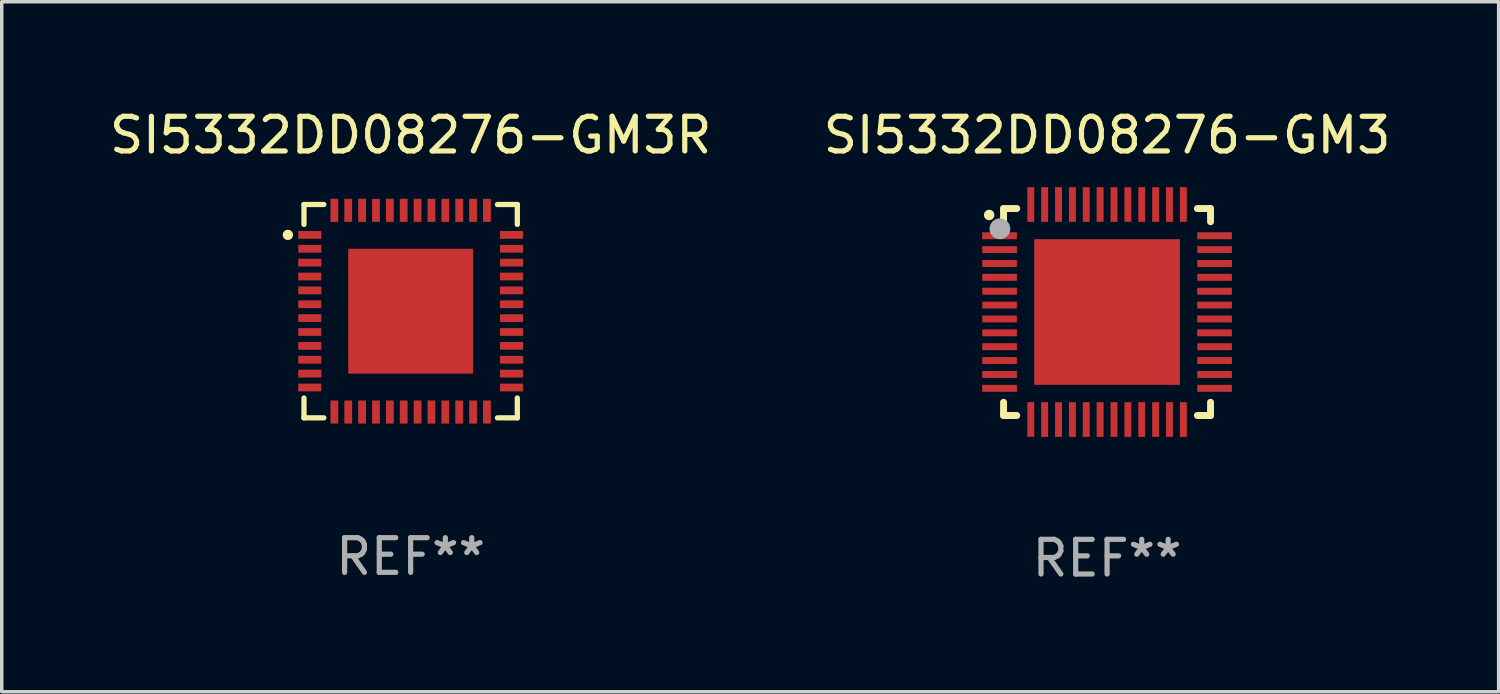
<source format=kicad_pcb>
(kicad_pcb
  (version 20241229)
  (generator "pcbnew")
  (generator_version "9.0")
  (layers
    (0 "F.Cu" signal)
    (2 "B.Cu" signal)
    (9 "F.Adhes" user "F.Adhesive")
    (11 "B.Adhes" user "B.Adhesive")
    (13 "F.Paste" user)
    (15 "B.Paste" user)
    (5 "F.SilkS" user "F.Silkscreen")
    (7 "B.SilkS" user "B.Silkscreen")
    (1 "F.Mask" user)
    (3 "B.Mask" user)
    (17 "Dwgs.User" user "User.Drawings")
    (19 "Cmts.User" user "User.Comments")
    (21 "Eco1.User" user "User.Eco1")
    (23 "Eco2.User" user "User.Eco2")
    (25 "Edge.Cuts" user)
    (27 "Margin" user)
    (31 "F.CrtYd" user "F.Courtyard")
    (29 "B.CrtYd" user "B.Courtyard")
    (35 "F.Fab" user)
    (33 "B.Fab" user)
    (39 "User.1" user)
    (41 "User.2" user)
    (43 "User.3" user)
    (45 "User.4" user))
  (footprint "SI5332DD08276-GM3"
    (layer "F.Cu")
    (at 28.875 5.948)
    (property "Reference" "SI5332DD08276-GM3" (at 0 -5.1 0) (layer "F.SilkS") (effects (font (size 1 1) (thickness 0.15))))
    (attr through_hole)
    (fp_line (start -2.985 -2.985) (end -2.604 -2.985) (stroke (width 0.2) (type solid)) (layer "F.SilkS"))
    (fp_line (start -2.985 -2.604) (end -2.985 -2.985) (stroke (width 0.2) (type solid)) (layer "F.SilkS"))
    (fp_line (start -2.985 2.984) (end -2.985 2.603) (stroke (width 0.2) (type solid)) (layer "F.SilkS"))
    (fp_line (start -2.604 2.984) (end -2.985 2.984) (stroke (width 0.2) (type solid)) (layer "F.SilkS"))
    (fp_line (start 2.603 -2.985) (end 2.984 -2.985) (stroke (width 0.2) (type solid)) (layer "F.SilkS"))
    (fp_line (start 2.984 -2.985) (end 2.984 -2.604) (stroke (width 0.2) (type solid)) (layer "F.SilkS"))
    (fp_line (start 2.984 2.603) (end 2.984 2.984) (stroke (width 0.2) (type solid)) (layer "F.SilkS"))
    (fp_line (start 2.984 2.984) (end 2.603 2.984) (stroke (width 0.2) (type solid)) (layer "F.SilkS"))
    (fp_arc (start -3.400076 -2.797562) (mid -3.400081 -2.798806) (end -3.400076 -2.800051) (stroke (width 0.3) (type solid)) (layer "F.SilkS"))
    (fp_circle (center -3 -3) (end -2.97 -3) (stroke (width 0.06) (type solid)) (fill no) (layer "F.SilkS"))
    (fp_circle (center -3.09 -2.4) (end -2.94 -2.4) (stroke (width 0.3) (type solid)) (fill no) (layer "F.Fab"))
    (fp_text user "REF**" (at 0 7.1 0) (layer "F.Fab") (effects (font (size 1 1) (thickness 0.15))))
    (pad "1" smd rect (at -3.1 -2.2) (size 1 0.2) (layers "F.Cu" "F.Mask" "F.Paste"))
    (pad "2" smd rect (at -3.1 -1.8) (size 1 0.2) (layers "F.Cu" "F.Mask" "F.Paste"))
    (pad "3" smd rect (at -3.1 -1.4) (size 1 0.2) (layers "F.Cu" "F.Mask" "F.Paste"))
    (pad "4" smd rect (at -3.1 -1) (size 1 0.2) (layers "F.Cu" "F.Mask" "F.Paste"))
    (pad "5" smd rect (at -3.1 -0.6) (size 1 0.2) (layers "F.Cu" "F.Mask" "F.Paste"))
    (pad "6" smd rect (at -3.1 -0.2) (size 1 0.2) (layers "F.Cu" "F.Mask" "F.Paste"))
    (pad "7" smd rect (at -3.1 0.2) (size 1 0.2) (layers "F.Cu" "F.Mask" "F.Paste"))
    (pad "8" smd rect (at -3.1 0.6) (size 1 0.2) (layers "F.Cu" "F.Mask" "F.Paste"))
    (pad "9" smd rect (at -3.1 1) (size 1 0.2) (layers "F.Cu" "F.Mask" "F.Paste"))
    (pad "10" smd rect (at -3.1 1.4) (size 1 0.2) (layers "F.Cu" "F.Mask" "F.Paste"))
    (pad "11" smd rect (at -3.1 1.8) (size 1 0.2) (layers "F.Cu" "F.Mask" "F.Paste"))
    (pad "12" smd rect (at -3.1 2.2) (size 1 0.2) (layers "F.Cu" "F.Mask" "F.Paste"))
    (pad "13" smd rect (at -2.2 3.1) (size 0.2 1) (layers "F.Cu" "F.Mask" "F.Paste"))
    (pad "14" smd rect (at -1.8 3.1) (size 0.2 1) (layers "F.Cu" "F.Mask" "F.Paste"))
    (pad "15" smd rect (at -1.4 3.1) (size 0.2 1) (layers "F.Cu" "F.Mask" "F.Paste"))
    (pad "16" smd rect (at -1 3.1) (size 0.2 1) (layers "F.Cu" "F.Mask" "F.Paste"))
    (pad "17" smd rect (at -0.6 3.1) (size 0.2 1) (layers "F.Cu" "F.Mask" "F.Paste"))
    (pad "18" smd rect (at -0.2 3.1) (size 0.2 1) (layers "F.Cu" "F.Mask" "F.Paste"))
    (pad "19" smd rect (at 0.2 3.1) (size 0.2 1) (layers "F.Cu" "F.Mask" "F.Paste"))
    (pad "20" smd rect (at 0.6 3.1) (size 0.2 1) (layers "F.Cu" "F.Mask" "F.Paste"))
    (pad "21" smd rect (at 1 3.1) (size 0.2 1) (layers "F.Cu" "F.Mask" "F.Paste"))
    (pad "22" smd rect (at 1.4 3.1) (size 0.2 1) (layers "F.Cu" "F.Mask" "F.Paste"))
    (pad "23" smd rect (at 1.8 3.1) (size 0.2 1) (layers "F.Cu" "F.Mask" "F.Paste"))
    (pad "24" smd rect (at 2.2 3.1) (size 0.2 1) (layers "F.Cu" "F.Mask" "F.Paste"))
    (pad "25" smd rect (at 3.1 2.2) (size 1 0.2) (layers "F.Cu" "F.Mask" "F.Paste"))
    (pad "26" smd rect (at 3.1 1.8) (size 1 0.2) (layers "F.Cu" "F.Mask" "F.Paste"))
    (pad "27" smd rect (at 3.1 1.4) (size 1 0.2) (layers "F.Cu" "F.Mask" "F.Paste"))
    (pad "28" smd rect (at 3.1 1) (size 1 0.2) (layers "F.Cu" "F.Mask" "F.Paste"))
    (pad "29" smd rect (at 3.1 0.6) (size 1 0.2) (layers "F.Cu" "F.Mask" "F.Paste"))
    (pad "30" smd rect (at 3.1 0.2) (size 1 0.2) (layers "F.Cu" "F.Mask" "F.Paste"))
    (pad "31" smd rect (at 3.1 -0.2) (size 1 0.2) (layers "F.Cu" "F.Mask" "F.Paste"))
    (pad "32" smd rect (at 3.1 -0.6) (size 1 0.2) (layers "F.Cu" "F.Mask" "F.Paste"))
    (pad "33" smd rect (at 3.1 -1) (size 1 0.2) (layers "F.Cu" "F.Mask" "F.Paste"))
    (pad "34" smd rect (at 3.1 -1.4) (size 1 0.2) (layers "F.Cu" "F.Mask" "F.Paste"))
    (pad "35" smd rect (at 3.1 -1.8) (size 1 0.2) (layers "F.Cu" "F.Mask" "F.Paste"))
    (pad "36" smd rect (at 3.1 -2.2) (size 1 0.2) (layers "F.Cu" "F.Mask" "F.Paste"))
    (pad "37" smd rect (at 2.2 -3.1) (size 0.2 1) (layers "F.Cu" "F.Mask" "F.Paste"))
    (pad "38" smd rect (at 1.8 -3.1) (size 0.2 1) (layers "F.Cu" "F.Mask" "F.Paste"))
    (pad "39" smd rect (at 1.4 -3.1) (size 0.2 1) (layers "F.Cu" "F.Mask" "F.Paste"))
    (pad "40" smd rect (at 1 -3.1) (size 0.2 1) (layers "F.Cu" "F.Mask" "F.Paste"))
    (pad "41" smd rect (at 0.6 -3.1) (size 0.2 1) (layers "F.Cu" "F.Mask" "F.Paste"))
    (pad "42" smd rect (at 0.2 -3.1) (size 0.2 1) (layers "F.Cu" "F.Mask" "F.Paste"))
    (pad "43" smd rect (at -0.2 -3.1) (size 0.2 1) (layers "F.Cu" "F.Mask" "F.Paste"))
    (pad "44" smd rect (at -0.6 -3.1) (size 0.2 1) (layers "F.Cu" "F.Mask" "F.Paste"))
    (pad "45" smd rect (at -1 -3.1) (size 0.2 1) (layers "F.Cu" "F.Mask" "F.Paste"))
    (pad "46" smd rect (at -1.4 -3.1) (size 0.2 1) (layers "F.Cu" "F.Mask" "F.Paste"))
    (pad "47" smd rect (at -1.8 -3.1) (size 0.2 1) (layers "F.Cu" "F.Mask" "F.Paste"))
    (pad "48" smd rect (at -2.2 -3.1) (size 0.2 1) (layers "F.Cu" "F.Mask" "F.Paste"))
    (pad "49" smd rect (at -0.000127 0) (size 4.2 4.2) (layers "F.Cu" "F.Mask" "F.Paste")))
  (footprint "SI5332DD08276-GM3R"
    (layer "F.Cu")
    (at 8.792 5.924)
    (property "Reference" "SI5332DD08276-GM3R" (at 0 -5.076 0) (layer "F.SilkS") (effects (font (size 1 1) (thickness 0.15))))
    (attr through_hole)
    (fp_line (start -3.076 -3.076) (end -3.076 -2.503) (stroke (width 0.152) (type solid)) (layer "F.SilkS"))
    (fp_line (start -3.076 3.076) (end -3.076 2.503) (stroke (width 0.152) (type solid)) (layer "F.SilkS"))
    (fp_line (start -2.503 -3.076) (end -3.076 -3.076) (stroke (width 0.152) (type solid)) (layer "F.SilkS"))
    (fp_line (start -2.503 3.076) (end -3.076 3.076) (stroke (width 0.152) (type solid)) (layer "F.SilkS"))
    (fp_line (start 2.503 -3.076) (end 3.076 -3.076) (stroke (width 0.152) (type solid)) (layer "F.SilkS"))
    (fp_line (start 2.503 3.076) (end 3.076 3.076) (stroke (width 0.152) (type solid)) (layer "F.SilkS"))
    (fp_line (start 3.076 -3.076) (end 3.076 -2.503) (stroke (width 0.152) (type solid)) (layer "F.SilkS"))
    (fp_line (start 3.076 3.076) (end 3.076 2.503) (stroke (width 0.152) (type solid)) (layer "F.SilkS"))
    (fp_circle (center -3.54 -2.2) (end -3.465 -2.2) (stroke (width 0.15) (type solid)) (fill no) (layer "F.SilkS"))
    (fp_text user "REF**" (at 0 7.076 0) (layer "F.Fab") (effects (font (size 1 1) (thickness 0.15))))
    (pad "1" smd rect (at -2.908 -2.2) (size 0.665 0.224) (layers "F.Cu" "F.Mask" "F.Paste"))
    (pad "2" smd rect (at -2.908 -1.8) (size 0.665 0.224) (layers "F.Cu" "F.Mask" "F.Paste"))
    (pad "3" smd rect (at -2.908 -1.4) (size 0.665 0.224) (layers "F.Cu" "F.Mask" "F.Paste"))
    (pad "4" smd rect (at -2.908 -1) (size 0.665 0.224) (layers "F.Cu" "F.Mask" "F.Paste"))
    (pad "5" smd rect (at -2.908 -0.6) (size 0.665 0.224) (layers "F.Cu" "F.Mask" "F.Paste"))
    (pad "6" smd rect (at -2.908 -0.2) (size 0.665 0.224) (layers "F.Cu" "F.Mask" "F.Paste"))
    (pad "7" smd rect (at -2.908 0.2) (size 0.665 0.224) (layers "F.Cu" "F.Mask" "F.Paste"))
    (pad "8" smd rect (at -2.908 0.6) (size 0.665 0.224) (layers "F.Cu" "F.Mask" "F.Paste"))
    (pad "9" smd rect (at -2.908 1) (size 0.665 0.224) (layers "F.Cu" "F.Mask" "F.Paste"))
    (pad "10" smd rect (at -2.908 1.4) (size 0.665 0.224) (layers "F.Cu" "F.Mask" "F.Paste"))
    (pad "11" smd rect (at -2.908 1.8) (size 0.665 0.224) (layers "F.Cu" "F.Mask" "F.Paste"))
    (pad "12" smd rect (at -2.908 2.2) (size 0.665 0.224) (layers "F.Cu" "F.Mask" "F.Paste"))
    (pad "13" smd rect (at -2.2 2.908) (size 0.224 0.665) (layers "F.Cu" "F.Mask" "F.Paste"))
    (pad "14" smd rect (at -1.8 2.908) (size 0.224 0.665) (layers "F.Cu" "F.Mask" "F.Paste"))
    (pad "15" smd rect (at -1.4 2.908) (size 0.224 0.665) (layers "F.Cu" "F.Mask" "F.Paste"))
    (pad "16" smd rect (at -1 2.908) (size 0.224 0.665) (layers "F.Cu" "F.Mask" "F.Paste"))
    (pad "17" smd rect (at -0.6 2.908) (size 0.224 0.665) (layers "F.Cu" "F.Mask" "F.Paste"))
    (pad "18" smd rect (at -0.2 2.908) (size 0.224 0.665) (layers "F.Cu" "F.Mask" "F.Paste"))
    (pad "19" smd rect (at 0.2 2.908) (size 0.224 0.665) (layers "F.Cu" "F.Mask" "F.Paste"))
    (pad "20" smd rect (at 0.6 2.908) (size 0.224 0.665) (layers "F.Cu" "F.Mask" "F.Paste"))
    (pad "21" smd rect (at 1 2.908) (size 0.224 0.665) (layers "F.Cu" "F.Mask" "F.Paste"))
    (pad "22" smd rect (at 1.4 2.908) (size 0.224 0.665) (layers "F.Cu" "F.Mask" "F.Paste"))
    (pad "23" smd rect (at 1.8 2.908) (size 0.224 0.665) (layers "F.Cu" "F.Mask" "F.Paste"))
    (pad "24" smd rect (at 2.2 2.908) (size 0.224 0.665) (layers "F.Cu" "F.Mask" "F.Paste"))
    (pad "25" smd rect (at 2.908 2.2) (size 0.665 0.224) (layers "F.Cu" "F.Mask" "F.Paste"))
    (pad "26" smd rect (at 2.908 1.8) (size 0.665 0.224) (layers "F.Cu" "F.Mask" "F.Paste"))
    (pad "27" smd rect (at 2.908 1.4) (size 0.665 0.224) (layers "F.Cu" "F.Mask" "F.Paste"))
    (pad "28" smd rect (at 2.908 1) (size 0.665 0.224) (layers "F.Cu" "F.Mask" "F.Paste"))
    (pad "29" smd rect (at 2.908 0.6) (size 0.665 0.224) (layers "F.Cu" "F.Mask" "F.Paste"))
    (pad "30" smd rect (at 2.908 0.2) (size 0.665 0.224) (layers "F.Cu" "F.Mask" "F.Paste"))
    (pad "31" smd rect (at 2.908 -0.2) (size 0.665 0.224) (layers "F.Cu" "F.Mask" "F.Paste"))
    (pad "32" smd rect (at 2.908 -0.6) (size 0.665 0.224) (layers "F.Cu" "F.Mask" "F.Paste"))
    (pad "33" smd rect (at 2.908 -1) (size 0.665 0.224) (layers "F.Cu" "F.Mask" "F.Paste"))
    (pad "34" smd rect (at 2.908 -1.4) (size 0.665 0.224) (layers "F.Cu" "F.Mask" "F.Paste"))
    (pad "35" smd rect (at 2.908 -1.8) (size 0.665 0.224) (layers "F.Cu" "F.Mask" "F.Paste"))
    (pad "36" smd rect (at 2.908 -2.2) (size 0.665 0.224) (layers "F.Cu" "F.Mask" "F.Paste"))
    (pad "37" smd rect (at 2.2 -2.908) (size 0.224 0.665) (layers "F.Cu" "F.Mask" "F.Paste"))
    (pad "38" smd rect (at 1.8 -2.908) (size 0.224 0.665) (layers "F.Cu" "F.Mask" "F.Paste"))
    (pad "39" smd rect (at 1.4 -2.908) (size 0.224 0.665) (layers "F.Cu" "F.Mask" "F.Paste"))
    (pad "40" smd rect (at 1 -2.908) (size 0.224 0.665) (layers "F.Cu" "F.Mask" "F.Paste"))
    (pad "41" smd rect (at 0.6 -2.908) (size 0.224 0.665) (layers "F.Cu" "F.Mask" "F.Paste"))
    (pad "42" smd rect (at 0.2 -2.908) (size 0.224 0.665) (layers "F.Cu" "F.Mask" "F.Paste"))
    (pad "43" smd rect (at -0.2 -2.908) (size 0.224 0.665) (layers "F.Cu" "F.Mask" "F.Paste"))
    (pad "44" smd rect (at -0.6 -2.908) (size 0.224 0.665) (layers "F.Cu" "F.Mask" "F.Paste"))
    (pad "45" smd rect (at -1 -2.908) (size 0.224 0.665) (layers "F.Cu" "F.Mask" "F.Paste"))
    (pad "46" smd rect (at -1.4 -2.908) (size 0.224 0.665) (layers "F.Cu" "F.Mask" "F.Paste"))
    (pad "47" smd rect (at -1.8 -2.908) (size 0.224 0.665) (layers "F.Cu" "F.Mask" "F.Paste"))
    (pad "48" smd rect (at -2.2 -2.908) (size 0.224 0.665) (layers "F.Cu" "F.Mask" "F.Paste"))
    (pad "49" smd rect (at 0 0) (size 3.6 3.6) (layers "F.Cu" "F.Mask" "F.Paste")))
  (gr_rect
    (start -3 -3)
    (end 40.167 16.897)
    (stroke (width 0.1) (type default))
    (fill no)
    (layer "Edge.Cuts")))
</source>
